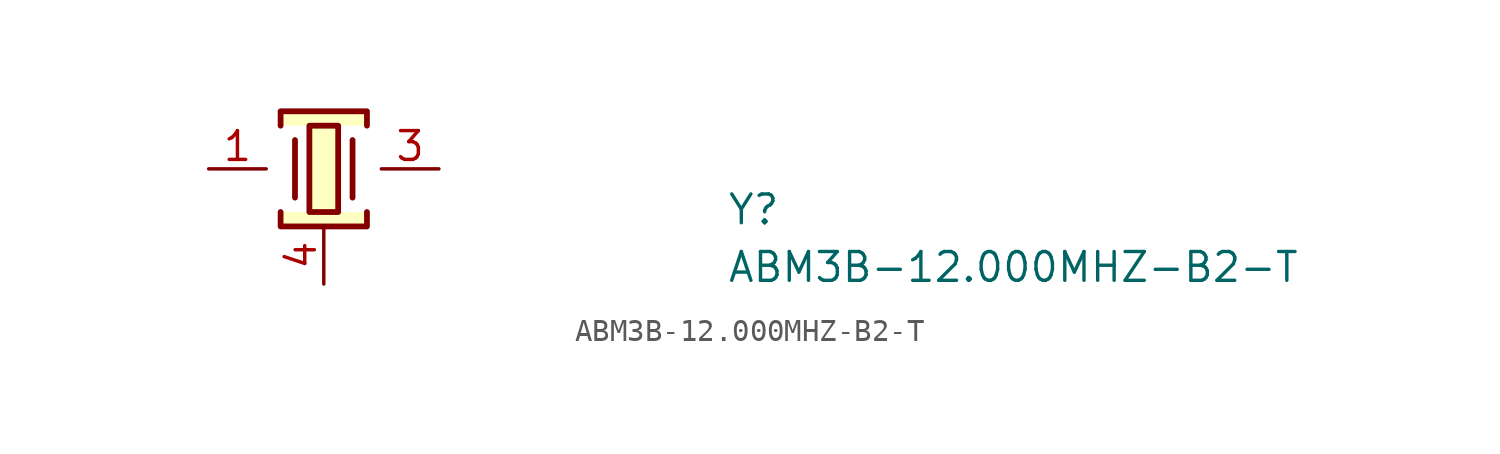
<source format=kicad_sym>
(kicad_symbol_lib
  (version 20211014)
  (generator kicad_symbol_editor)
  (symbol "ABM3B-12.000MHZ-B2-T"
    (property "Reference" "Y"
      (at 22.86 -2.54 0)
      (effects (font (size 1.27 1.27) (thickness 0.15)) (justify left bottom)))
    (property "Value" "ABM3B-12.000MHZ-B2-T"
      (at 22.86 -5.08 0)
      (effects (font (size 1.27 1.27) (thickness 0.15)) (justify left bottom)))
    (symbol "ABM3B-12.000MHZ-B2-T_1_1"
      (polyline (pts (xy 3.81 1.27) (xy 3.81 -1.27)) (stroke (width 0.254) (type default) (color 0 0 0 0)) (fill (type background)))
      (polyline (pts (xy 6.35 1.27) (xy 6.35 -1.27)) (stroke (width 0.254) (type default) (color 0 0 0 0)) (fill (type background)))
      (polyline (pts (xy 3.175 -1.905) (xy 3.175 -2.54) (xy 6.985 -2.54) (xy 6.985 -1.905)) (stroke (width 0.254) (type default) (color 0 0 0 0)) (fill (type background)))
      (polyline (pts (xy 3.175 1.905) (xy 3.175 2.54) (xy 6.985 2.54) (xy 6.985 1.905)) (stroke (width 0.254) (type default) (color 0 0 0 0)) (fill (type background)))
      (rectangle (start 4.445 1.905) (end 5.715 -1.905) (stroke (width 0.254) (type default) (color 0 0 0 0)) (fill (type background)))
      (pin bidirectional line (at 0 0 0) (length 2.54) (name "~" (effects (font (size 1.27 1.27)))) (number "1" (effects (font (size 1.27 1.27)))))
      (pin power_in line (at 5.08 -5.08 90) (length 2.54) hide (name "~" (effects (font (size 1.27 1.27)))) (number "2" (effects (font (size 1.27 1.27)))))
      (pin bidirectional line (at 10.16 0 180) (length 2.54) (name "~" (effects (font (size 1.27 1.27)))) (number "3" (effects (font (size 1.27 1.27)))))
      (pin power_in line (at 5.08 -5.08 90) (length 2.54) (name "~" (effects (font (size 1.27 1.27)))) (number "4" (effects (font (size 1.27 1.27))))))))
</source>
